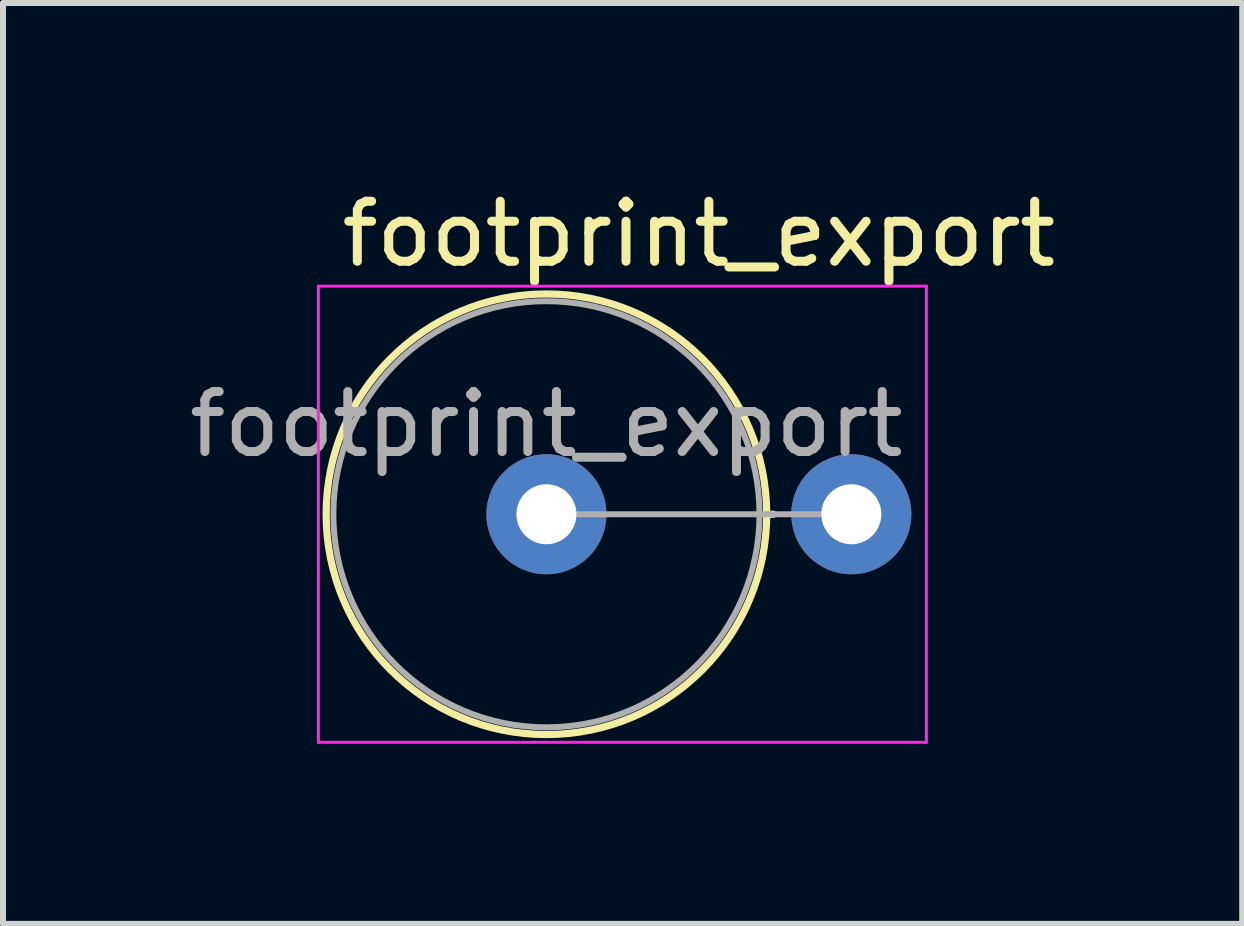
<source format=kicad_pcb>
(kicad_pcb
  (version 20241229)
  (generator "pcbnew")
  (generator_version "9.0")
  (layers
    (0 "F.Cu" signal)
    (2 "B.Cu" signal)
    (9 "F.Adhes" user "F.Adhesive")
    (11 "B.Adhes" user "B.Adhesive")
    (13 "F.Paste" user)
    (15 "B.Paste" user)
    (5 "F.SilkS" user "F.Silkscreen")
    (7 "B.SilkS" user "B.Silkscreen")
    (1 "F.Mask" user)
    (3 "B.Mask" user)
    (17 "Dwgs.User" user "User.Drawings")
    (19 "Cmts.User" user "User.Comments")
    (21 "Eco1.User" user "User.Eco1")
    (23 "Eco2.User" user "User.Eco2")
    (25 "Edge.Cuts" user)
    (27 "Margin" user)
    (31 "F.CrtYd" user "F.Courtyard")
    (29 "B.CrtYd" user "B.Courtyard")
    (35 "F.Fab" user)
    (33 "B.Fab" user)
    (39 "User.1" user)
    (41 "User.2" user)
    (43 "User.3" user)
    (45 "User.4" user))
  (footprint "footprint_export"
    (layer "F.Cu")
    (at 6.054 5.518)
    (property "Reference" "footprint_export" (at 2.54 -4.67 0) (layer "F.SilkS") (effects (font (size 1 1) (thickness 0.15))))
    (attr through_hole)
    (fp_line (start 3.67 0) (end 3.78 0) (stroke (width 0.12) (type solid)) (layer "F.SilkS"))
    (fp_circle (center 0 0) (end 3.67 0) (stroke (width 0.12) (type solid)) (fill no) (layer "F.SilkS"))
    (fp_line (start -3.8 -3.8) (end -3.8 3.8) (stroke (width 0.05) (type solid)) (layer "F.CrtYd"))
    (fp_line (start -3.8 3.8) (end 6.33 3.8) (stroke (width 0.05) (type solid)) (layer "F.CrtYd"))
    (fp_line (start 6.33 -3.8) (end -3.8 -3.8) (stroke (width 0.05) (type solid)) (layer "F.CrtYd"))
    (fp_line (start 6.33 3.8) (end 6.33 -3.8) (stroke (width 0.05) (type solid)) (layer "F.CrtYd"))
    (fp_line (start 0 0) (end 5.08 0) (stroke (width 0.1) (type solid)) (layer "F.Fab"))
    (fp_circle (center 0 0) (end 3.55 0) (stroke (width 0.1) (type solid)) (fill no) (layer "F.Fab"))
    (fp_text user "${REFERENCE}" (at 0 -1.5 0) (layer "F.Fab") (effects (font (size 1 1) (thickness 0.15))))
    (pad "1" thru_hole circle (at 0 0) (size 2 2) (drill 1) (layers "*.Cu" "*.Mask"))
    (pad "2" thru_hole oval (at 5.08 0) (size 2 2) (drill 1) (layers "*.Cu" "*.Mask")))
  (gr_rect
    (start -3 -3)
    (end 17.647 12.343)
    (stroke (width 0.1) (type default))
    (fill no)
    (layer "Edge.Cuts")))
</source>
